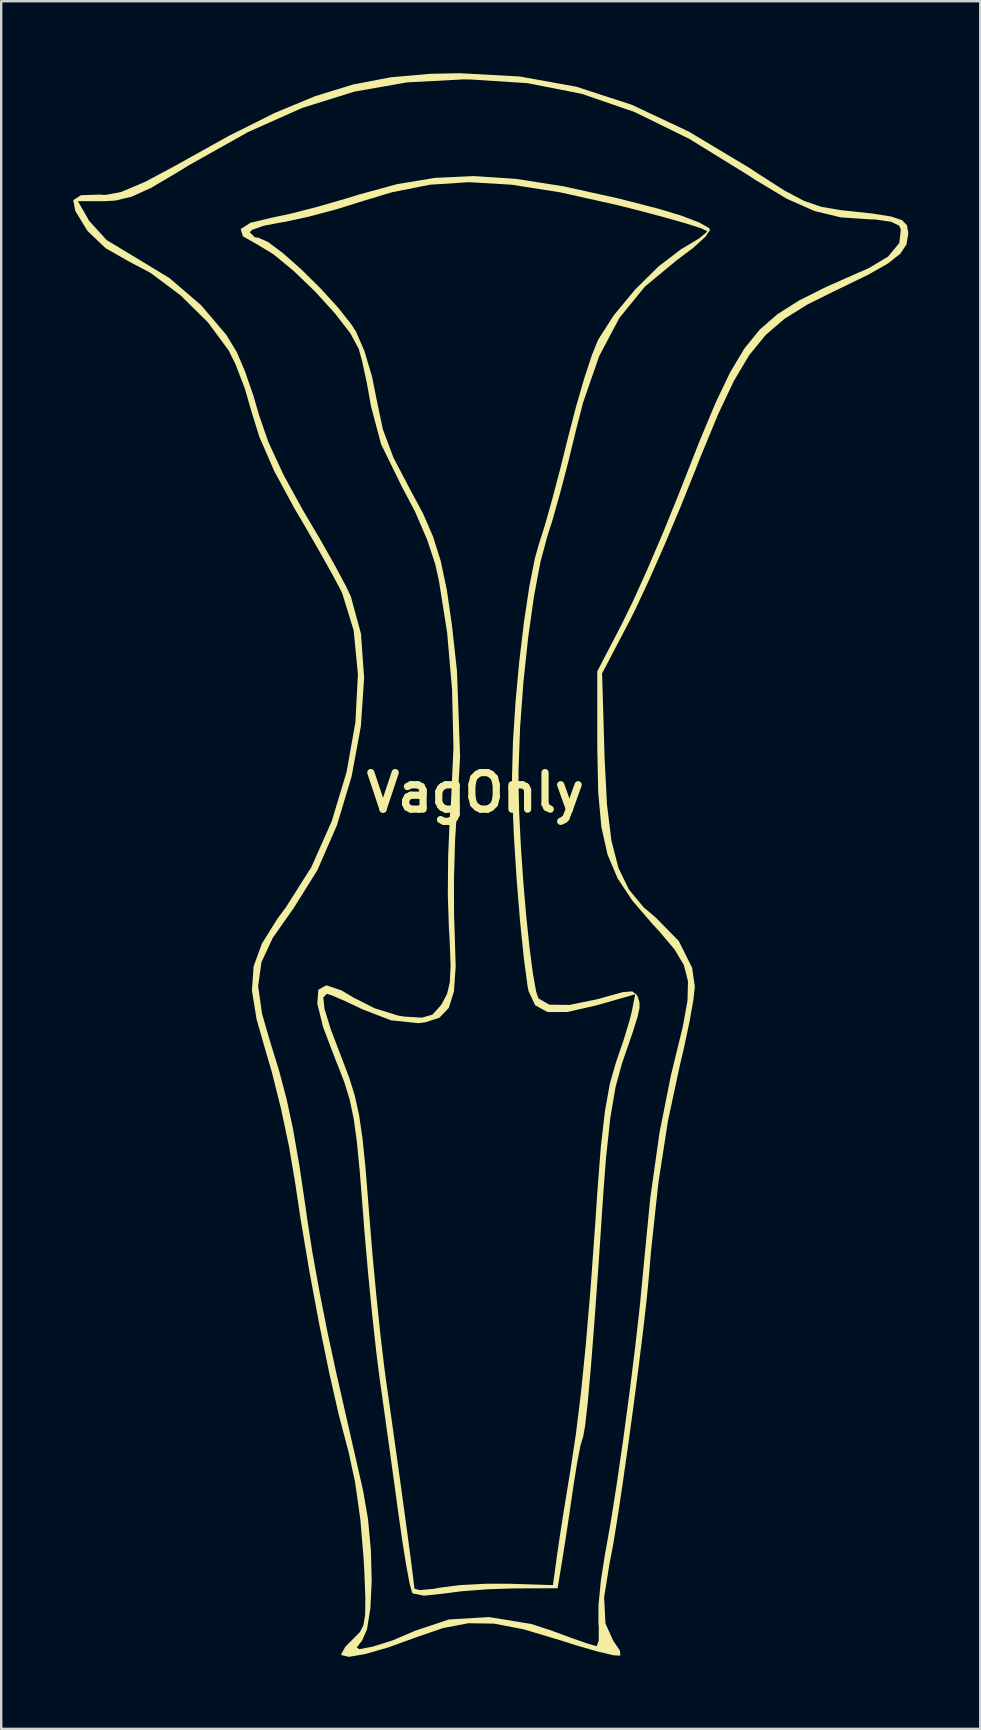
<source format=kicad_pcb>
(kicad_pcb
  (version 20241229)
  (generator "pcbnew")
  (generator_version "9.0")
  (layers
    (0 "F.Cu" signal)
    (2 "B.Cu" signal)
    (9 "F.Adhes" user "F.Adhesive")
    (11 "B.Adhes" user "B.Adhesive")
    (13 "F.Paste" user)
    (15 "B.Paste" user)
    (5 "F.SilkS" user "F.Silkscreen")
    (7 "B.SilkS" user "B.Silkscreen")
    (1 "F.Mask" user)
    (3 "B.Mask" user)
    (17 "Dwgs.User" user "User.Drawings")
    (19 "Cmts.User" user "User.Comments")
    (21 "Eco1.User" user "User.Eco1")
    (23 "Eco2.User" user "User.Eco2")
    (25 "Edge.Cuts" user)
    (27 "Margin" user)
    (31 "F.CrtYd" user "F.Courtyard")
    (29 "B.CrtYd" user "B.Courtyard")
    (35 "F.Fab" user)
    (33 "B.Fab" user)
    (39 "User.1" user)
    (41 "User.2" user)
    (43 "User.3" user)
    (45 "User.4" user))
  (footprint "VagOnly"
    (layer "F.Cu")
    (at 16.753 29.97)
    (property "Reference" "VagOnly" (at 0 0 0) (layer "F.SilkS") (effects (font (size 1.524 1.524) (thickness 0.3))))
    (attr board_only exclude_from_pos_files exclude_from_bom)
    (fp_poly (pts (xy 1.692 -25.569) (xy 3.676 -25.258) (xy 5.977 -24.749) (xy 7.62 -24.326) (xy 8.584 -24.036) (xy 9.326 -23.752) (xy 9.734 -23.519) (xy 9.779 -23.446) (xy 9.584 -23.156) (xy 9.075 -22.693) (xy 8.382 -22.172) (xy 7.06 -21.076) (xy 6.002 -19.776) (xy 5.16 -18.188) (xy 4.481 -16.226) (xy 4.189 -15.083) (xy 3.865 -13.749) (xy 3.522 -12.442) (xy 3.207 -11.33) (xy 3 -10.68) (xy 2.713 -9.616) (xy 2.441 -8.167) (xy 2.2 -6.455) (xy 2.003 -4.602) (xy 1.865 -2.733) (xy 1.8 -0.968) (xy 1.798 -0.381) (xy 1.827 0.854) (xy 1.898 2.256) (xy 1.999 3.726) (xy 2.122 5.163) (xy 2.259 6.47) (xy 2.399 7.544) (xy 2.533 8.288) (xy 2.627 8.572) (xy 3.08 8.835) (xy 3.923 8.845) (xy 5.105 8.603) (xy 5.409 8.515) (xy 6.145 8.312) (xy 6.538 8.281) (xy 6.726 8.423) (xy 6.771 8.522) (xy 6.836 8.728) (xy 6.841 8.964) (xy 6.76 9.335) (xy 6.57 9.944) (xy 6.244 10.895) (xy 6.109 11.281) (xy 5.841 12.263) (xy 5.622 13.556) (xy 5.442 15.232) (xy 5.328 16.742) (xy 5.137 19.599) (xy 4.965 22) (xy 4.814 23.933) (xy 4.684 25.391) (xy 4.576 26.362) (xy 4.491 26.838) (xy 4.475 26.876) (xy 4.377 27.216) (xy 4.241 27.917) (xy 4.094 28.837) (xy 4.074 28.975) (xy 3.91 30.097) (xy 3.744 31.197) (xy 3.616 32.004) (xy 3.427 33.147) (xy 1.65 33.153) (xy 0.531 33.188) (xy -0.578 33.272) (xy -1.303 33.368) (xy -2.139 33.456) (xy -2.595 33.367) (xy -2.637 33.322) (xy -2.732 32.981) (xy -2.871 32.248) (xy -3.034 31.234) (xy -3.185 30.187) (xy -3.397 28.637) (xy -3.638 26.899) (xy -3.869 25.25) (xy -3.968 24.559) (xy -4.126 23.32) (xy -4.299 21.742) (xy -4.471 19.99) (xy -4.624 18.232) (xy -4.685 17.444) (xy -4.815 15.791) (xy -4.937 14.536) (xy -5.07 13.574) (xy -5.235 12.795) (xy -5.449 12.092) (xy -5.732 11.357) (xy -5.807 11.178) (xy -6.34 9.777) (xy -6.585 8.79) (xy -6.541 8.209) (xy -6.206 8.028) (xy -5.577 8.24) (xy -5.094 8.53) (xy -4.2 8.983) (xy -3.219 9.288) (xy -2.951 9.332) (xy -2.22 9.376) (xy -1.786 9.248) (xy -1.45 8.877) (xy -1.385 8.781) (xy -1.178 8.384) (xy -1.063 7.899) (xy -1.031 7.203) (xy -1.069 6.173) (xy -1.102 5.639) (xy -1.147 4.259) (xy -1.133 2.64) (xy -1.064 1.045) (xy -1.014 0.381) (xy -0.912 -1.872) (xy -0.97 -4.288) (xy -1.176 -6.672) (xy -1.518 -8.828) (xy -1.674 -9.525) (xy -2.008 -10.536) (xy -2.515 -11.71) (xy -3.073 -12.77) (xy -3.925 -14.509) (xy -4.342 -16.072) (xy -4.521 -17.07) (xy -4.723 -17.994) (xy -4.856 -18.483) (xy -5.206 -19.131) (xy -5.85 -19.965) (xy -6.673 -20.87) (xy -7.563 -21.728) (xy -8.406 -22.423) (xy -9.087 -22.837) (xy -9.09 -22.838) (xy -9.684 -23.175) (xy -9.736 -23.344) (xy -9.398 -23.344) (xy -9.193 -23.138) (xy -9.031 -23.114) (xy -8.629 -22.935) (xy -7.998 -22.46) (xy -7.237 -21.784) (xy -6.444 -21) (xy -5.717 -20.204) (xy -5.153 -19.488) (xy -4.97 -19.202) (xy -4.62 -18.393) (xy -4.303 -17.327) (xy -4.114 -16.383) (xy -3.855 -15.141) (xy -3.414 -13.96) (xy -2.722 -12.637) (xy -2.181 -11.631) (xy -1.764 -10.671) (xy -1.442 -9.647) (xy -1.188 -8.447) (xy -0.973 -6.962) (xy -0.767 -5.081) (xy -0.765 -5.056) (xy -0.635 -1.508) (xy -0.747 0.464) (xy -0.843 1.962) (xy -0.891 3.608) (xy -0.887 5.141) (xy -0.863 5.774) (xy -0.82 7.243) (xy -0.891 8.284) (xy -1.106 8.971) (xy -1.493 9.375) (xy -2.082 9.57) (xy -2.382 9.605) (xy -3.517 9.486) (xy -4.687 9.034) (xy -5.432 8.683) (xy -5.983 8.446) (xy -6.185 8.382) (xy -6.335 8.533) (xy -6.284 9.014) (xy -6.021 9.865) (xy -5.553 11.093) (xy -5.249 11.894) (xy -5.019 12.638) (xy -4.844 13.435) (xy -4.702 14.397) (xy -4.576 15.633) (xy -4.446 17.254) (xy -4.432 17.447) (xy -4.293 19.15) (xy -4.127 20.925) (xy -3.952 22.607) (xy -3.783 24.027) (xy -3.711 24.559) (xy -3.486 26.135) (xy -3.262 27.733) (xy -3.049 29.269) (xy -2.859 30.658) (xy -2.704 31.819) (xy -2.595 32.667) (xy -2.543 33.118) (xy -2.54 33.162) (xy -2.319 33.224) (xy -1.763 33.174) (xy -1.46 33.12) (xy -0.632 33.015) (xy 0.451 32.958) (xy 1.425 32.959) (xy 3.232 33.016) (xy 3.397 31.811) (xy 3.517 30.993) (xy 3.691 29.878) (xy 3.888 28.67) (xy 3.946 28.321) (xy 4.181 26.779) (xy 4.397 25.031) (xy 4.601 23.007) (xy 4.801 20.638) (xy 5.002 17.857) (xy 5.079 16.682) (xy 5.227 14.769) (xy 5.397 13.281) (xy 5.601 12.137) (xy 5.853 11.254) (xy 5.864 11.221) (xy 6.175 10.313) (xy 6.424 9.494) (xy 6.524 9.091) (xy 6.659 8.402) (xy 5.041 8.865) (xy 3.838 9.139) (xy 3.009 9.144) (xy 2.49 8.859) (xy 2.215 8.268) (xy 2.178 8.078) (xy 2.016 6.868) (xy 1.859 5.319) (xy 1.719 3.598) (xy 1.609 1.874) (xy 1.542 0.315) (xy 1.527 -0.616) (xy 1.566 -2.098) (xy 1.672 -3.757) (xy 1.83 -5.472) (xy 2.028 -7.127) (xy 2.251 -8.603) (xy 2.485 -9.78) (xy 2.666 -10.414) (xy 2.889 -11.113) (xy 3.186 -12.163) (xy 3.519 -13.42) (xy 3.837 -14.7) (xy 4.174 -16.006) (xy 4.527 -17.229) (xy 4.856 -18.23) (xy 5.114 -18.863) (xy 5.764 -19.882) (xy 6.656 -20.957) (xy 7.643 -21.93) (xy 8.577 -22.643) (xy 8.758 -22.748) (xy 9.322 -23.088) (xy 9.632 -23.346) (xy 9.652 -23.392) (xy 9.419 -23.505) (xy 8.777 -23.711) (xy 7.81 -23.985) (xy 6.604 -24.303) (xy 5.905 -24.478) (xy 3.526 -25.009) (xy 1.502 -25.326) (xy -0.271 -25.43) (xy -1.897 -25.324) (xy -3.48 -25.009) (xy -4.613 -24.667) (xy -5.78 -24.303) (xy -6.946 -23.991) (xy -7.901 -23.784) (xy -8.089 -23.754) (xy -8.825 -23.613) (xy -9.3 -23.445) (xy -9.398 -23.344) (xy -9.736 -23.344) (xy -9.776 -23.478) (xy -9.368 -23.74) (xy -8.489 -23.95) (xy -7.676 -24.122) (xy -6.572 -24.407) (xy -5.368 -24.755) (xy -4.886 -24.905) (xy -3.264 -25.348) (xy -1.688 -25.61) (xy -0.066 -25.685)) (stroke (width 0) (type solid)) (fill yes) (layer "F.SilkS"))
    (fp_poly (pts (xy 1.852 -29.834) (xy 4.213 -29.406) (xy 6.526 -28.652) (xy 8.89 -27.539) (xy 11.405 -26.033) (xy 11.815 -25.762) (xy 12.873 -25.085) (xy 13.687 -24.654) (xy 14.412 -24.404) (xy 15.203 -24.268) (xy 15.371 -24.25) (xy 16.56 -24.121) (xy 17.331 -23.998) (xy 17.775 -23.848) (xy 17.979 -23.64) (xy 18.033 -23.339) (xy 18.034 -23.276) (xy 17.963 -22.843) (xy 17.705 -22.45) (xy 17.188 -22.041) (xy 16.343 -21.563) (xy 15.1 -20.96) (xy 14.984 -20.906) (xy 13.82 -20.326) (xy 12.876 -19.736) (xy 12.092 -19.061) (xy 11.41 -18.225) (xy 10.771 -17.151) (xy 10.115 -15.764) (xy 9.382 -13.988) (xy 9.172 -13.454) (xy 8.546 -11.896) (xy 7.88 -10.315) (xy 7.235 -8.851) (xy 6.672 -7.645) (xy 6.419 -7.142) (xy 5.28 -4.965) (xy 5.386 -1.403) (xy 5.484 0.505) (xy 5.668 1.993) (xy 5.964 3.144) (xy 6.401 4.042) (xy 7.005 4.771) (xy 7.515 5.206) (xy 8.477 6.184) (xy 9.031 7.298) (xy 9.144 8.078) (xy 9.084 8.637) (xy 8.923 9.541) (xy 8.69 10.642) (xy 8.527 11.329) (xy 8.025 13.676) (xy 7.629 16.227) (xy 7.318 19.113) (xy 7.238 20.066) (xy 7.145 21.046) (xy 6.996 22.355) (xy 6.806 23.89) (xy 6.59 25.549) (xy 6.36 27.228) (xy 6.132 28.825) (xy 5.92 30.236) (xy 5.737 31.357) (xy 5.597 32.087) (xy 5.587 32.131) (xy 5.365 33.525) (xy 5.421 34.617) (xy 5.75 35.344) (xy 5.756 35.351) (xy 6.027 35.751) (xy 6.04 35.955) (xy 5.755 35.939) (xy 5.102 35.785) (xy 4.19 35.522) (xy 3.552 35.318) (xy 2.011 34.857) (xy 0.778 34.621) (xy -0.292 34.604) (xy -1.344 34.805) (xy -2.37 35.157) (xy -3.599 35.602) (xy -4.591 35.89) (xy -5.274 36.005) (xy -5.579 35.93) (xy -5.588 35.891) (xy -5.414 35.582) (xy -5.046 35.209) (xy -4.811 34.975) (xy -4.663 34.691) (xy -4.591 34.252) (xy -4.582 33.557) (xy -4.623 32.501) (xy -4.654 31.914) (xy -4.792 30.272) (xy -5.014 28.709) (xy -5.29 27.429) (xy -5.325 27.305) (xy -5.694 25.905) (xy -6.098 24.127) (xy -6.514 22.096) (xy -6.915 19.939) (xy -7.278 17.78) (xy -7.507 16.256) (xy -7.759 14.765) (xy -8.1 13.15) (xy -8.474 11.657) (xy -8.682 10.95) (xy -9.116 9.435) (xy -9.307 8.243) (xy -9.238 7.239) (xy -8.892 6.29) (xy -8.252 5.263) (xy -7.893 4.779) (xy -6.833 3.106) (xy -5.985 1.196) (xy -5.367 -0.849) (xy -4.997 -2.924) (xy -4.892 -4.928) (xy -5.069 -6.756) (xy -5.547 -8.305) (xy -5.623 -8.462) (xy -5.986 -9.141) (xy -6.526 -10.102) (xy -7.155 -11.194) (xy -7.542 -11.85) (xy -8.376 -13.39) (xy -8.999 -14.82) (xy -9.299 -15.784) (xy -9.604 -16.834) (xy -9.997 -17.857) (xy -10.28 -18.426) (xy -11.145 -19.596) (xy -12.289 -20.723) (xy -13.537 -21.654) (xy -14.432 -22.127) (xy -15.406 -22.682) (xy -16.142 -23.384) (xy -16.193 -23.455) (xy -16.662 -24.223) (xy -16.745 -24.638) (xy -16.557 -24.638) (xy -16.083 -23.812) (xy -15.36 -23.018) (xy -14.146 -22.287) (xy -12.739 -21.432) (xy -11.428 -20.309) (xy -10.37 -19.063) (xy -9.943 -18.36) (xy -9.603 -17.566) (xy -9.245 -16.533) (xy -9.014 -15.733) (xy -8.622 -14.604) (xy -7.987 -13.229) (xy -7.18 -11.76) (xy -7.085 -11.6) (xy -6.435 -10.498) (xy -5.848 -9.458) (xy -5.397 -8.612) (xy -5.187 -8.171) (xy -4.765 -6.619) (xy -4.633 -4.778) (xy -4.77 -2.759) (xy -5.154 -0.675) (xy -5.766 1.36) (xy -6.583 3.236) (xy -7.586 4.839) (xy -7.616 4.878) (xy -8.442 6.056) (xy -8.91 7.063) (xy -9.049 8.061) (xy -8.887 9.211) (xy -8.557 10.348) (xy -8.177 11.581) (xy -7.865 12.761) (xy -7.594 14.021) (xy -7.338 15.492) (xy -7.068 17.304) (xy -6.996 17.826) (xy -6.787 19.16) (xy -6.495 20.782) (xy -6.159 22.485) (xy -5.822 24.049) (xy -5.498 25.475) (xy -5.18 26.871) (xy -4.902 28.089) (xy -4.699 28.981) (xy -4.676 29.083) (xy -4.47 30.275) (xy -4.351 31.571) (xy -4.319 32.849) (xy -4.373 33.986) (xy -4.513 34.859) (xy -4.718 35.327) (xy -4.944 35.613) (xy -4.834 35.685) (xy -4.312 35.586) (xy -4.274 35.578) (xy -3.45 35.32) (xy -2.599 34.956) (xy -2.551 34.932) (xy -1.096 34.446) (xy 0.572 34.347) (xy 2.334 34.636) (xy 3.142 34.899) (xy 4.012 35.221) (xy 4.689 35.456) (xy 5.04 35.559) (xy 5.053 35.56) (xy 5.138 35.337) (xy 5.142 34.78) (xy 5.127 34.577) (xy 5.131 33.844) (xy 5.23 32.823) (xy 5.402 31.72) (xy 5.427 31.593) (xy 5.648 30.347) (xy 5.901 28.735) (xy 6.167 26.895) (xy 6.426 24.967) (xy 6.66 23.088) (xy 6.851 21.398) (xy 6.978 20.066) (xy 7.286 16.902) (xy 7.672 14.165) (xy 8.147 11.781) (xy 8.286 11.212) (xy 8.64 9.758) (xy 8.837 8.679) (xy 8.859 7.86) (xy 8.688 7.186) (xy 8.305 6.543) (xy 7.694 5.817) (xy 7.383 5.48) (xy 6.539 4.498) (xy 5.924 3.568) (xy 5.506 2.578) (xy 5.248 1.418) (xy 5.118 -0.022) (xy 5.08 -1.851) (xy 5.08 -1.937) (xy 5.08 -5.053) (xy 6.109 -7.035) (xy 6.591 -8.025) (xy 7.181 -9.335) (xy 7.811 -10.807) (xy 8.413 -12.286) (xy 8.526 -12.573) (xy 9.324 -14.602) (xy 10 -16.221) (xy 10.609 -17.498) (xy 11.206 -18.499) (xy 11.848 -19.29) (xy 12.592 -19.936) (xy 13.494 -20.506) (xy 14.609 -21.064) (xy 15.993 -21.677) (xy 16.38 -21.843) (xy 17.192 -22.328) (xy 17.663 -22.899) (xy 17.725 -23.464) (xy 17.654 -23.62) (xy 17.322 -23.781) (xy 16.683 -23.874) (xy 16.432 -23.882) (xy 15.225 -23.964) (xy 14.123 -24.231) (xy 12.981 -24.737) (xy 11.651 -25.534) (xy 11.357 -25.728) (xy 8.912 -27.235) (xy 6.638 -28.351) (xy 4.43 -29.112) (xy 2.182 -29.554) (xy -0.211 -29.71) (xy -0.508 -29.712) (xy -2.832 -29.589) (xy -5.032 -29.205) (xy -7.211 -28.525) (xy -9.472 -27.517) (xy -11.918 -26.145) (xy -12.439 -25.824) (xy -13.503 -25.197) (xy -14.308 -24.829) (xy -14.997 -24.664) (xy -15.447 -24.638) (xy -16.557 -24.638) (xy -16.745 -24.638) (xy -16.753 -24.679) (xy -16.432 -24.888) (xy -15.665 -24.913) (xy -15.412 -24.898) (xy -14.756 -25.023) (xy -13.75 -25.447) (xy -12.487 -26.124) (xy -10.276 -27.357) (xy -8.37 -28.31) (xy -6.675 -29.014) (xy -5.093 -29.5) (xy -3.53 -29.8) (xy -1.89 -29.945) (xy -0.658 -29.97)) (stroke (width 0) (type solid)) (fill yes) (layer "F.SilkS")))
  (gr_rect
    (start -3 -3)
    (end 37.787 68.975)
    (stroke (width 0.1) (type default))
    (fill no)
    (layer "Edge.Cuts")))
</source>
